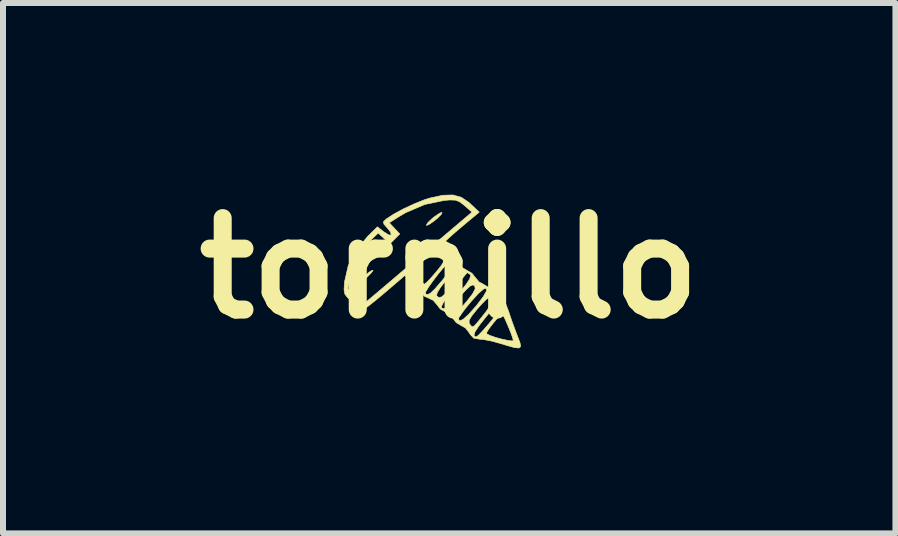
<source format=kicad_pcb>
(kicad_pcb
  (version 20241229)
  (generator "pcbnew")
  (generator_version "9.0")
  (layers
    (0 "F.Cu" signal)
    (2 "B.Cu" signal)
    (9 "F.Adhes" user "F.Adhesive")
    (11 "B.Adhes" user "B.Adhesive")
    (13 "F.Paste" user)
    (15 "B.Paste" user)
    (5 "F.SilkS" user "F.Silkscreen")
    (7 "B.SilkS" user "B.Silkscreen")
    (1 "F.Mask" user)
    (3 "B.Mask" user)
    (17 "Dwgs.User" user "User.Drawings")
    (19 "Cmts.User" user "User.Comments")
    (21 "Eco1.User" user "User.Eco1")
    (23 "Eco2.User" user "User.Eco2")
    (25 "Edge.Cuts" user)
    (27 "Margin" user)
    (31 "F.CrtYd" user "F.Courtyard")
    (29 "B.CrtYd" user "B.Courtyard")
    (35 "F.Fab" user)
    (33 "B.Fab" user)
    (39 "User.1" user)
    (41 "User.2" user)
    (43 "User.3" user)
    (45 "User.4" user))
  (footprint "tornillo"
    (layer "F.Cu")
    (at 4.434 1.418)
    (property "Reference" "tornillo" (at 0 0 0) (layer "F.SilkS") (effects (font (size 1.524 1.524) (thickness 0.3))))
    (attr through_hole)
    (fp_poly (pts (xy -0.131 -0.899) (xy -0.195 -0.834) (xy -0.248 -0.79) (xy -0.327 -0.734) (xy -0.375 -0.713) (xy -0.381 -0.718) (xy -0.354 -0.761) (xy -0.284 -0.827) (xy -0.248 -0.856) (xy -0.158 -0.917) (xy -0.119 -0.929) (xy -0.131 -0.899)) (stroke (width 0.01) (type solid)) (fill yes) (layer "F.SilkS"))
    (fp_poly (pts (xy 0.201 -1.181) (xy 0.326 -1.097) (xy 0.347 -1.077) (xy 0.5 -0.934) (xy 0.237 -0.715) (xy 0.11 -0.607) (xy -0.002 -0.508) (xy -0.079 -0.436) (xy -0.096 -0.419) (xy -0.142 -0.359) (xy -0.135 -0.314) (xy -0.095 -0.267) (xy -0.019 -0.209) (xy 0.042 -0.191) (xy 0.106 -0.159) (xy 0.16 -0.087) (xy 0.224 -0.005) (xy 0.297 0.037) (xy 0.379 0.085) (xy 0.431 0.151) (xy 0.497 0.229) (xy 0.564 0.265) (xy 0.646 0.314) (xy 0.698 0.38) (xy 0.765 0.458) (xy 0.834 0.495) (xy 0.896 0.527) (xy 0.945 0.603) (xy 0.991 0.725) (xy 1.047 0.89) (xy 1.111 1.065) (xy 1.138 1.135) (xy 1.179 1.241) (xy 1.19 1.305) (xy 1.161 1.33) (xy 1.084 1.322) (xy 0.949 1.284) (xy 0.858 1.256) (xy 0.714 1.216) (xy 0.58 1.19) (xy 0.507 1.183) (xy 0.407 1.165) (xy 0.365 1.119) (xy 0.411 1.119) (xy 0.438 1.143) (xy 0.452 1.144) (xy 0.487 1.117) (xy 0.513 1.09) (xy 0.62 1.09) (xy 0.672 1.118) (xy 0.764 1.151) (xy 0.873 1.181) (xy 0.976 1.203) (xy 1.048 1.212) (xy 1.068 1.205) (xy 1.054 1.153) (xy 1.021 1.061) (xy 0.976 0.953) (xy 0.932 0.852) (xy 0.896 0.782) (xy 0.881 0.763) (xy 0.844 0.79) (xy 0.783 0.856) (xy 0.714 0.94) (xy 0.654 1.02) (xy 0.621 1.077) (xy 0.62 1.09) (xy 0.513 1.09) (xy 0.558 1.043) (xy 0.651 0.936) (xy 0.703 0.874) (xy 0.819 0.724) (xy 0.881 0.623) (xy 0.889 0.569) (xy 0.886 0.565) (xy 0.844 0.571) (xy 0.765 0.637) (xy 0.649 0.767) (xy 0.617 0.805) (xy 0.498 0.956) (xy 0.43 1.059) (xy 0.411 1.119) (xy 0.365 1.119) (xy 0.345 1.098) (xy 0.336 1.079) (xy 0.272 0.997) (xy 0.199 0.955) (xy 0.126 0.912) (xy 0.331 0.912) (xy 0.347 0.939) (xy 0.37 0.967) (xy 0.39 0.977) (xy 0.418 0.961) (xy 0.465 0.91) (xy 0.542 0.815) (xy 0.623 0.712) (xy 0.689 0.608) (xy 0.704 0.533) (xy 0.667 0.497) (xy 0.652 0.496) (xy 0.614 0.523) (xy 0.544 0.594) (xy 0.46 0.688) (xy 0.374 0.796) (xy 0.333 0.865) (xy 0.331 0.912) (xy 0.126 0.912) (xy 0.116 0.906) (xy 0.066 0.841) (xy 0.153 0.841) (xy 0.173 0.878) (xy 0.231 0.853) (xy 0.324 0.769) (xy 0.449 0.629) (xy 0.453 0.624) (xy 0.565 0.478) (xy 0.62 0.382) (xy 0.62 0.337) (xy 0.575 0.345) (xy 0.49 0.417) (xy 0.367 0.552) (xy 0.27 0.67) (xy 0.196 0.768) (xy 0.156 0.83) (xy 0.153 0.841) (xy 0.066 0.841) (xy 0.065 0.841) (xy -0.001 0.762) (xy -0.068 0.726) (xy -0.142 0.683) (xy 0.055 0.683) (xy 0.057 0.686) (xy 0.093 0.719) (xy 0.142 0.707) (xy 0.214 0.642) (xy 0.294 0.551) (xy 0.39 0.426) (xy 0.433 0.343) (xy 0.424 0.295) (xy 0.396 0.278) (xy 0.35 0.297) (xy 0.279 0.361) (xy 0.198 0.451) (xy 0.123 0.547) (xy 0.07 0.63) (xy 0.055 0.683) (xy -0.142 0.683) (xy -0.15 0.678) (xy -0.18 0.64) (xy -0.131 0.64) (xy -0.131 0.653) (xy -0.108 0.676) (xy -0.078 0.673) (xy -0.03 0.634) (xy 0.047 0.552) (xy 0.161 0.42) (xy 0.171 0.407) (xy 0.282 0.27) (xy 0.342 0.178) (xy 0.357 0.122) (xy 0.349 0.105) (xy 0.305 0.076) (xy 0.294 0.079) (xy 0.265 0.114) (xy 0.2 0.193) (xy 0.109 0.302) (xy 0.064 0.356) (xy -0.03 0.475) (xy -0.099 0.575) (xy -0.131 0.64) (xy -0.18 0.64) (xy -0.203 0.61) (xy -0.268 0.535) (xy -0.337 0.502) (xy -0.414 0.467) (xy -0.425 0.454) (xy -0.212 0.454) (xy -0.21 0.457) (xy -0.174 0.49) (xy -0.125 0.478) (xy -0.053 0.413) (xy 0.027 0.322) (xy 0.123 0.197) (xy 0.166 0.115) (xy 0.157 0.066) (xy 0.129 0.049) (xy 0.083 0.069) (xy 0.012 0.133) (xy -0.069 0.222) (xy -0.144 0.318) (xy -0.197 0.402) (xy -0.212 0.454) (xy -0.425 0.454) (xy -0.445 0.426) (xy -0.448 0.422) (xy -0.399 0.422) (xy -0.366 0.442) (xy -0.314 0.418) (xy -0.236 0.343) (xy -0.123 0.212) (xy -0.086 0.166) (xy 0.021 0.024) (xy 0.079 -0.077) (xy 0.088 -0.131) (xy 0.047 -0.136) (xy 0.027 -0.129) (xy -0.022 -0.089) (xy -0.097 -0.008) (xy -0.184 0.097) (xy -0.27 0.21) (xy -0.343 0.313) (xy -0.39 0.39) (xy -0.399 0.422) (xy -0.448 0.422) (xy -0.485 0.364) (xy -0.562 0.279) (xy -0.603 0.242) (xy -0.739 0.121) (xy -1.069 0.404) (xy -1.203 0.516) (xy -1.316 0.607) (xy -1.395 0.667) (xy -1.427 0.686) (xy -1.47 0.664) (xy -1.55 0.608) (xy -1.608 0.563) (xy -1.695 0.489) (xy -1.739 0.431) (xy -1.752 0.357) (xy -1.752 0.356) (xy -1.689 0.356) (xy -1.575 0.275) (xy -1.484 0.203) (xy -1.414 0.137) (xy -1.411 0.133) (xy -1.334 0.066) (xy -1.281 0.034) (xy -1.269 0.04) (xy -1.307 0.087) (xy -1.386 0.166) (xy -1.427 0.205) (xy -1.652 0.413) (xy -1.542 0.507) (xy -1.432 0.602) (xy -1.312 0.501) (xy -1.251 0.45) (xy -1.141 0.357) (xy -0.991 0.23) (xy -0.81 0.076) (xy -0.806 0.072) (xy -0.667 0.072) (xy -0.553 0.168) (xy -0.474 0.23) (xy -0.42 0.264) (xy -0.414 0.266) (xy -0.378 0.239) (xy -0.31 0.169) (xy -0.228 0.075) (xy -0.143 -0.029) (xy -0.101 -0.094) (xy -0.096 -0.137) (xy -0.122 -0.178) (xy -0.135 -0.192) (xy -0.192 -0.245) (xy -0.247 -0.259) (xy -0.316 -0.23) (xy -0.414 -0.153) (xy -0.478 -0.097) (xy -0.667 0.072) (xy -0.806 0.072) (xy -0.608 -0.096) (xy -0.406 -0.267) (xy 0.38 -0.934) (xy 0.257 -1.042) (xy 0.178 -1.104) (xy 0.107 -1.133) (xy 0.012 -1.137) (xy -0.083 -1.129) (xy -0.409 -1.061) (xy -0.728 -0.924) (xy -0.833 -0.862) (xy -0.999 -0.757) (xy -0.912 -0.664) (xy -0.824 -0.57) (xy -0.907 -0.487) (xy -0.99 -0.404) (xy -1.086 -0.495) (xy -1.183 -0.586) (xy -1.318 -0.456) (xy -1.451 -0.292) (xy -1.566 -0.085) (xy -1.645 0.13) (xy -1.662 0.207) (xy -1.689 0.356) (xy -1.752 0.356) (xy -1.745 0.24) (xy -1.743 0.222) (xy -1.683 -0.039) (xy -1.553 -0.293) (xy -1.361 -0.527) (xy -1.357 -0.531) (xy -1.196 -0.689) (xy -1.092 -0.607) (xy -1.005 -0.553) (xy -0.965 -0.554) (xy -0.979 -0.604) (xy -1.03 -0.668) (xy -1.088 -0.734) (xy -1.096 -0.774) (xy -1.056 -0.813) (xy -1.046 -0.821) (xy -0.927 -0.899) (xy -0.763 -0.988) (xy -0.582 -1.072) (xy -0.413 -1.14) (xy -0.324 -1.168) (xy -0.107 -1.215) (xy 0.062 -1.22) (xy 0.201 -1.181)) (stroke (width 0.01) (type solid)) (fill yes) (layer "F.SilkS")))
  (gr_rect
    (start -3 -3)
    (end 11.868 5.836)
    (stroke (width 0.1) (type default))
    (fill no)
    (layer "Edge.Cuts")))
</source>
